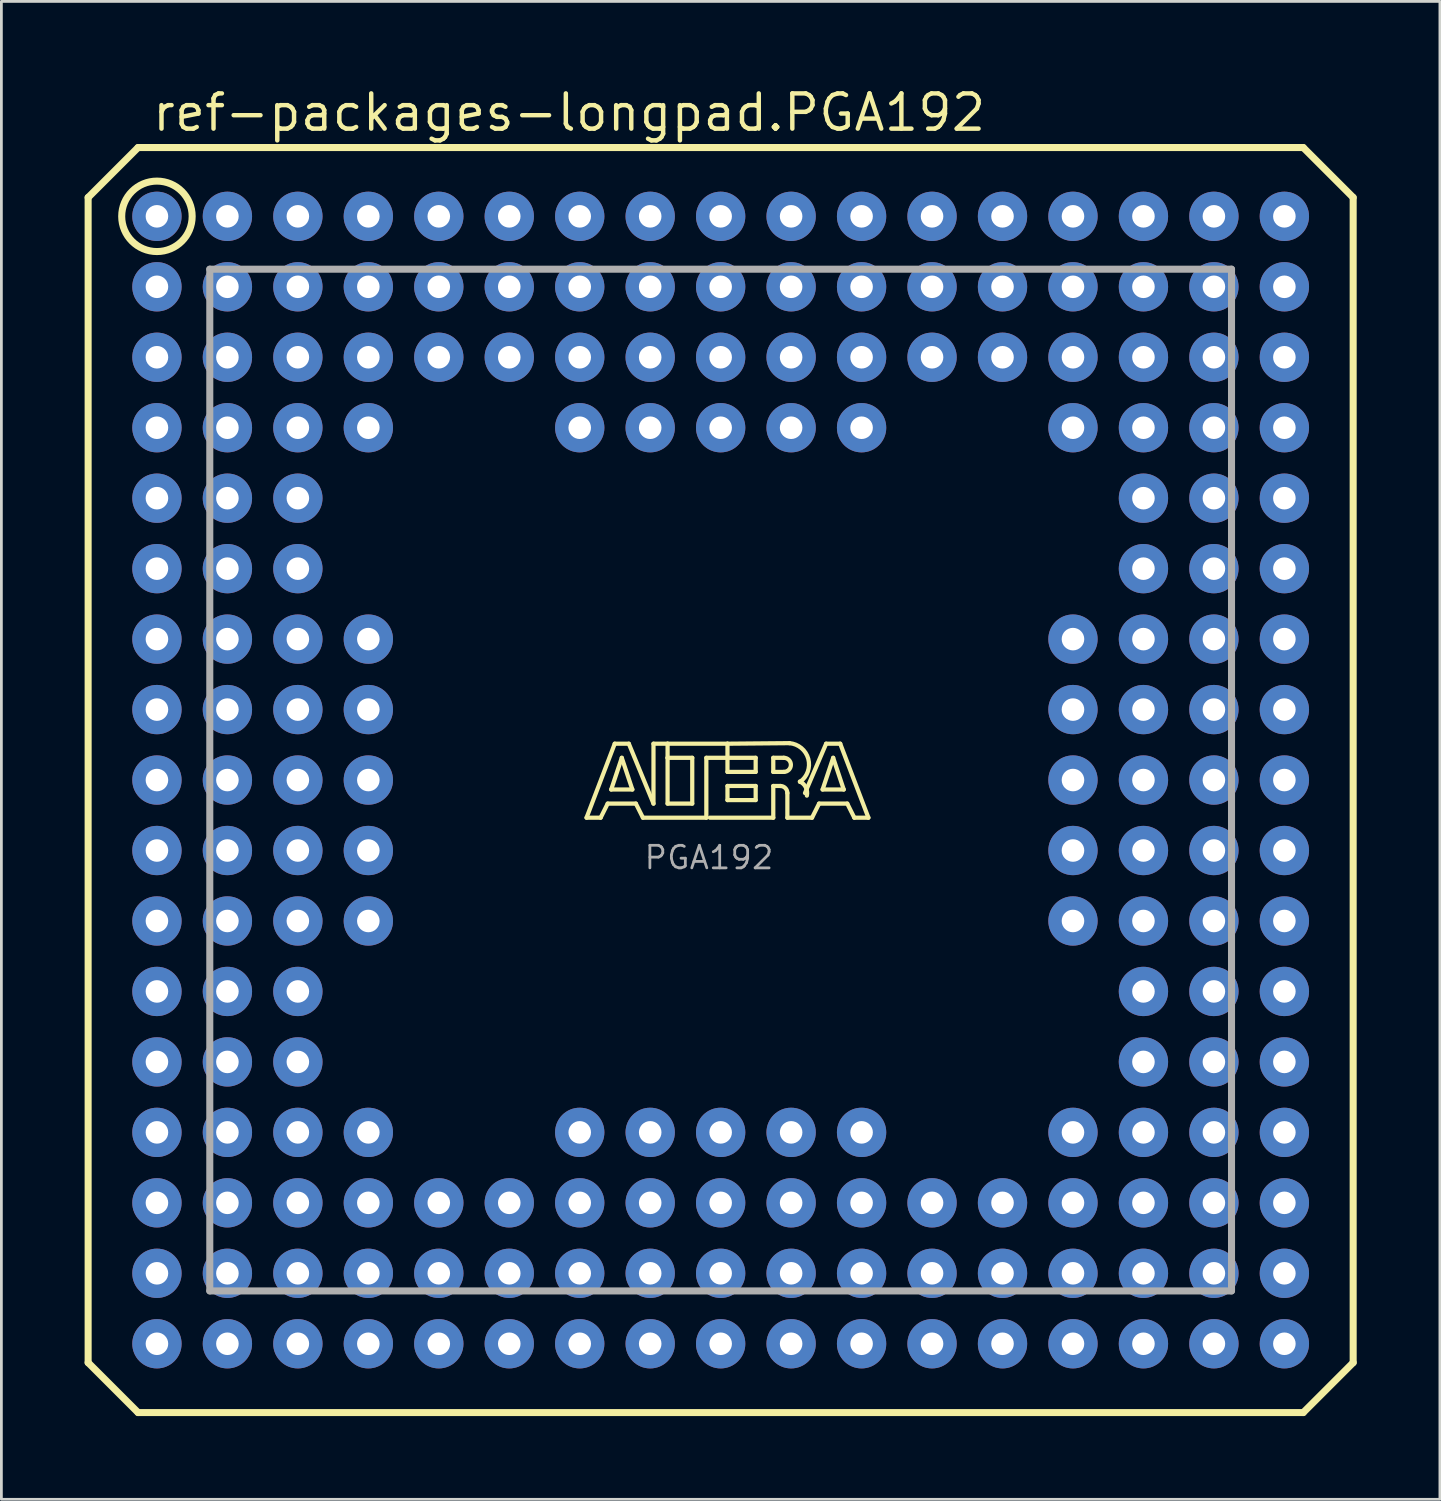
<source format=kicad_pcb>
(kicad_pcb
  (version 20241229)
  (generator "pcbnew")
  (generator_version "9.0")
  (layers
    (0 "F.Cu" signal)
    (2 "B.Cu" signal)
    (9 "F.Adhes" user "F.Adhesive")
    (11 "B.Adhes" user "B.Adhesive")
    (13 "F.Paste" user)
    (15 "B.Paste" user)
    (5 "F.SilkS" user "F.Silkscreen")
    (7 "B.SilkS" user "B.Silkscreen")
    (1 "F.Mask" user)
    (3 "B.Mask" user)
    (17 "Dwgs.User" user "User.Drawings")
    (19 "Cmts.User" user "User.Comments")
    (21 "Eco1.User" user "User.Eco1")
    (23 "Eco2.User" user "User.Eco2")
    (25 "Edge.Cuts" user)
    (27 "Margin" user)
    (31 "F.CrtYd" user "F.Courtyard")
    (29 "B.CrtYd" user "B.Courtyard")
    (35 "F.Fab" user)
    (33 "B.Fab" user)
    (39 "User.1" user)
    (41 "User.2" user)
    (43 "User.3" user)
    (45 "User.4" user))
  (footprint "ref-packages-longpad.PGA192"
    (layer "F.Cu")
    (at 22.927 25.068)
    (property "Reference" "ref-packages-longpad.PGA192" (at -20.563 -23.318 0) (layer "F.SilkS") (effects (font (size 1.27 1.27) (thickness 0.16)) (justify left bottom)))
    (attr through_hole)
    (fp_line (start -22.8 -21) (end -21 -22.8) (stroke (width 0.254) (type default)) (layer "F.SilkS"))
    (fp_line (start -22.8 21) (end -22.8 -21) (stroke (width 0.254) (type default)) (layer "F.SilkS"))
    (fp_line (start -21 -22.8) (end 21 -22.8) (stroke (width 0.254) (type default)) (layer "F.SilkS"))
    (fp_line (start -21 22.8) (end -22.8 21) (stroke (width 0.254) (type default)) (layer "F.SilkS"))
    (fp_line (start -4.834 1.357) (end -3.818 -1.31) (stroke (width 0.152) (type default)) (layer "F.SilkS"))
    (fp_line (start -4.326 1.357) (end -4.834 1.357) (stroke (width 0.152) (type default)) (layer "F.SilkS"))
    (fp_line (start -4.072 0.849) (end -4.326 1.357) (stroke (width 0.152) (type default)) (layer "F.SilkS"))
    (fp_line (start -3.945 0.341) (end -3.183 0.341) (stroke (width 0.152) (type default)) (layer "F.SilkS"))
    (fp_line (start -3.818 -1.31) (end -3.31 -1.31) (stroke (width 0.152) (type default)) (layer "F.SilkS"))
    (fp_line (start -3.564 -0.802) (end -3.945 0.341) (stroke (width 0.152) (type default)) (layer "F.SilkS"))
    (fp_line (start -3.31 -1.31) (end -2.421 0.849) (stroke (width 0.152) (type default)) (layer "F.SilkS"))
    (fp_line (start -3.183 0.341) (end -3.564 -0.802) (stroke (width 0.152) (type default)) (layer "F.SilkS"))
    (fp_line (start -3.056 0.849) (end -4.072 0.849) (stroke (width 0.152) (type default)) (layer "F.SilkS"))
    (fp_line (start -2.802 1.357) (end -3.056 0.849) (stroke (width 0.152) (type default)) (layer "F.SilkS"))
    (fp_line (start -2.421 -1.31) (end -1.913 -1.31) (stroke (width 0.152) (type default)) (layer "F.SilkS"))
    (fp_line (start -2.421 0.849) (end -2.421 -1.31) (stroke (width 0.152) (type default)) (layer "F.SilkS"))
    (fp_line (start -1.913 -1.31) (end -1.913 -0.802) (stroke (width 0.152) (type default)) (layer "F.SilkS"))
    (fp_line (start -1.913 -1.31) (end 0.246 -1.31) (stroke (width 0.152) (type default)) (layer "F.SilkS"))
    (fp_line (start -1.913 -0.802) (end -1.913 0.849) (stroke (width 0.152) (type default)) (layer "F.SilkS"))
    (fp_line (start -1.913 0.849) (end -1.024 0.849) (stroke (width 0.152) (type default)) (layer "F.SilkS"))
    (fp_line (start -1.024 -0.802) (end -1.913 -0.802) (stroke (width 0.152) (type default)) (layer "F.SilkS"))
    (fp_line (start -1.024 0.849) (end -1.024 -0.802) (stroke (width 0.152) (type default)) (layer "F.SilkS"))
    (fp_line (start -0.516 -0.802) (end -0.516 1.357) (stroke (width 0.152) (type default)) (layer "F.SilkS"))
    (fp_line (start -0.516 1.357) (end -2.802 1.357) (stroke (width 0.152) (type default)) (layer "F.SilkS"))
    (fp_line (start 0.246 -1.31) (end 0.246 -0.802) (stroke (width 0.152) (type default)) (layer "F.SilkS"))
    (fp_line (start 0.246 -1.31) (end 2.478 -1.33) (stroke (width 0.152) (type default)) (layer "F.SilkS"))
    (fp_line (start 0.246 -0.802) (end -0.516 -0.802) (stroke (width 0.152) (type default)) (layer "F.SilkS"))
    (fp_line (start 0.246 -0.802) (end 0.246 -0.294) (stroke (width 0.152) (type default)) (layer "F.SilkS"))
    (fp_line (start 0.246 -0.294) (end 1.262 -0.294) (stroke (width 0.152) (type default)) (layer "F.SilkS"))
    (fp_line (start 0.246 0.214) (end 1.262 0.214) (stroke (width 0.152) (type default)) (layer "F.SilkS"))
    (fp_line (start 0.246 0.722) (end 0.246 0.214) (stroke (width 0.152) (type default)) (layer "F.SilkS"))
    (fp_line (start 1.262 -0.802) (end 0.246 -0.802) (stroke (width 0.152) (type default)) (layer "F.SilkS"))
    (fp_line (start 1.262 -0.294) (end 1.262 -0.802) (stroke (width 0.152) (type default)) (layer "F.SilkS"))
    (fp_line (start 1.262 0.214) (end 1.262 0.722) (stroke (width 0.152) (type default)) (layer "F.SilkS"))
    (fp_line (start 1.262 0.722) (end 0.246 0.722) (stroke (width 0.152) (type default)) (layer "F.SilkS"))
    (fp_line (start 1.897 -0.802) (end 1.897 -0.294) (stroke (width 0.152) (type default)) (layer "F.SilkS"))
    (fp_line (start 1.897 -0.294) (end 2.278 -0.294) (stroke (width 0.152) (type default)) (layer "F.SilkS"))
    (fp_line (start 1.897 0.214) (end 1.897 1.357) (stroke (width 0.152) (type default)) (layer "F.SilkS"))
    (fp_line (start 1.897 0.214) (end 2.151 0.214) (stroke (width 0.152) (type default)) (layer "F.SilkS"))
    (fp_line (start 1.897 1.357) (end -0.389 1.357) (stroke (width 0.152) (type default)) (layer "F.SilkS"))
    (fp_line (start 2.278 -0.802) (end 1.897 -0.802) (stroke (width 0.152) (type default)) (layer "F.SilkS"))
    (fp_line (start 2.405 0.468) (end 2.405 1.357) (stroke (width 0.152) (type default)) (layer "F.SilkS"))
    (fp_line (start 2.405 1.357) (end 3.294 1.357) (stroke (width 0.152) (type default)) (layer "F.SilkS"))
    (fp_line (start 3.294 1.357) (end 3.548 0.849) (stroke (width 0.152) (type default)) (layer "F.SilkS"))
    (fp_line (start 3.548 0.849) (end 4.564 0.849) (stroke (width 0.152) (type default)) (layer "F.SilkS"))
    (fp_line (start 3.675 0.341) (end 4.056 -0.802) (stroke (width 0.152) (type default)) (layer "F.SilkS"))
    (fp_line (start 3.802 -1.31) (end 3.04 0.468) (stroke (width 0.152) (type default)) (layer "F.SilkS"))
    (fp_line (start 4.056 -0.802) (end 4.437 0.341) (stroke (width 0.152) (type default)) (layer "F.SilkS"))
    (fp_line (start 4.31 -1.31) (end 3.802 -1.31) (stroke (width 0.152) (type default)) (layer "F.SilkS"))
    (fp_line (start 4.437 0.341) (end 3.675 0.341) (stroke (width 0.152) (type default)) (layer "F.SilkS"))
    (fp_line (start 4.564 0.849) (end 4.818 1.357) (stroke (width 0.152) (type default)) (layer "F.SilkS"))
    (fp_line (start 4.818 1.357) (end 5.326 1.357) (stroke (width 0.152) (type default)) (layer "F.SilkS"))
    (fp_line (start 5.326 1.357) (end 4.31 -1.31) (stroke (width 0.152) (type default)) (layer "F.SilkS"))
    (fp_line (start 21 -22.8) (end 22.8 -21) (stroke (width 0.254) (type default)) (layer "F.SilkS"))
    (fp_line (start 21 22.8) (end -21 22.8) (stroke (width 0.254) (type default)) (layer "F.SilkS"))
    (fp_line (start 22.8 -21) (end 22.8 21) (stroke (width 0.254) (type default)) (layer "F.SilkS"))
    (fp_line (start 22.8 21) (end 21 22.8) (stroke (width 0.254) (type default)) (layer "F.SilkS"))
    (fp_arc (start 2.151 0.214) (mid 2.330605 0.288395) (end 2.405 0.468) (stroke (width 0.1524) (type default)) (layer "F.SilkS"))
    (fp_arc (start 2.278 -0.802) (mid 2.532 -0.548) (end 2.278 -0.294) (stroke (width 0.1524) (type default)) (layer "F.SilkS"))
    (fp_arc (start 2.4785 -1.33) (mid 3.158453 -0.76477) (end 2.8596 0.0674) (stroke (width 0.1524) (type default)) (layer "F.SilkS"))
    (fp_arc (start 2.8543 0.0531) (mid 3.070281 0.262587) (end 3.108 0.5611) (stroke (width 0.1524) (type default)) (layer "F.SilkS"))
    (fp_circle (center -20.32 -20.32) (end -19.05 -20.32) (stroke (width 0.254) (type default)) (fill no) (layer "F.SilkS"))
    (fp_line (start -18.415 -18.415) (end -18.415 18.415) (stroke (width 0.254) (type default)) (layer "F.Fab"))
    (fp_line (start -18.415 18.415) (end 18.415 18.415) (stroke (width 0.254) (type default)) (layer "F.Fab"))
    (fp_line (start 18.415 -18.415) (end -18.415 -18.415) (stroke (width 0.254) (type default)) (layer "F.Fab"))
    (fp_line (start 18.415 18.415) (end 18.415 -18.415) (stroke (width 0.254) (type default)) (layer "F.Fab"))
    (fp_text user "PGA192" (at -2.81 3.27 0) (layer "F.Fab") (effects (font (size 0.813 0.813) (thickness 0.1)) (justify left bottom)))
    (pad "A1" thru_hole circle (at -20.32 -20.32) (size 1.778 1.778) (drill 0.813) (layers "*.Cu" "*.Mask"))
    (pad "A2" thru_hole circle (at -17.78 -20.32) (size 1.778 1.778) (drill 0.813) (layers "*.Cu" "*.Mask"))
    (pad "A3" thru_hole circle (at -15.24 -20.32) (size 1.778 1.778) (drill 0.813) (layers "*.Cu" "*.Mask"))
    (pad "A4" thru_hole circle (at -12.7 -20.32) (size 1.778 1.778) (drill 0.813) (layers "*.Cu" "*.Mask"))
    (pad "A5" thru_hole circle (at -10.16 -20.32) (size 1.778 1.778) (drill 0.813) (layers "*.Cu" "*.Mask"))
    (pad "A6" thru_hole circle (at -7.62 -20.32) (size 1.778 1.778) (drill 0.813) (layers "*.Cu" "*.Mask"))
    (pad "A7" thru_hole circle (at -5.08 -20.32) (size 1.778 1.778) (drill 0.813) (layers "*.Cu" "*.Mask"))
    (pad "A8" thru_hole circle (at -2.54 -20.32) (size 1.778 1.778) (drill 0.813) (layers "*.Cu" "*.Mask"))
    (pad "A9" thru_hole circle (at 0 -20.32) (size 1.778 1.778) (drill 0.813) (layers "*.Cu" "*.Mask"))
    (pad "A10" thru_hole circle (at 2.54 -20.32) (size 1.778 1.778) (drill 0.813) (layers "*.Cu" "*.Mask"))
    (pad "A11" thru_hole circle (at 5.08 -20.32) (size 1.778 1.778) (drill 0.813) (layers "*.Cu" "*.Mask"))
    (pad "A12" thru_hole circle (at 7.62 -20.32) (size 1.778 1.778) (drill 0.813) (layers "*.Cu" "*.Mask"))
    (pad "A13" thru_hole circle (at 10.16 -20.32) (size 1.778 1.778) (drill 0.813) (layers "*.Cu" "*.Mask"))
    (pad "A14" thru_hole circle (at 12.7 -20.32) (size 1.778 1.778) (drill 0.813) (layers "*.Cu" "*.Mask"))
    (pad "A15" thru_hole circle (at 15.24 -20.32) (size 1.778 1.778) (drill 0.813) (layers "*.Cu" "*.Mask"))
    (pad "A16" thru_hole circle (at 17.78 -20.32) (size 1.778 1.778) (drill 0.813) (layers "*.Cu" "*.Mask"))
    (pad "A17" thru_hole circle (at 20.32 -20.32) (size 1.778 1.778) (drill 0.813) (layers "*.Cu" "*.Mask"))
    (pad "B1" thru_hole circle (at -20.32 -17.78) (size 1.778 1.778) (drill 0.813) (layers "*.Cu" "*.Mask"))
    (pad "B2" thru_hole circle (at -17.78 -17.78) (size 1.778 1.778) (drill 0.813) (layers "*.Cu" "*.Mask"))
    (pad "B3" thru_hole circle (at -15.24 -17.78) (size 1.778 1.778) (drill 0.813) (layers "*.Cu" "*.Mask"))
    (pad "B4" thru_hole circle (at -12.7 -17.78) (size 1.778 1.778) (drill 0.813) (layers "*.Cu" "*.Mask"))
    (pad "B5" thru_hole circle (at -10.16 -17.78) (size 1.778 1.778) (drill 0.813) (layers "*.Cu" "*.Mask"))
    (pad "B6" thru_hole circle (at -7.62 -17.78) (size 1.778 1.778) (drill 0.813) (layers "*.Cu" "*.Mask"))
    (pad "B7" thru_hole circle (at -5.08 -17.78) (size 1.778 1.778) (drill 0.813) (layers "*.Cu" "*.Mask"))
    (pad "B8" thru_hole circle (at -2.54 -17.78) (size 1.778 1.778) (drill 0.813) (layers "*.Cu" "*.Mask"))
    (pad "B9" thru_hole circle (at 0 -17.78) (size 1.778 1.778) (drill 0.813) (layers "*.Cu" "*.Mask"))
    (pad "B10" thru_hole circle (at 2.54 -17.78) (size 1.778 1.778) (drill 0.813) (layers "*.Cu" "*.Mask"))
    (pad "B11" thru_hole circle (at 5.08 -17.78) (size 1.778 1.778) (drill 0.813) (layers "*.Cu" "*.Mask"))
    (pad "B12" thru_hole circle (at 7.62 -17.78) (size 1.778 1.778) (drill 0.813) (layers "*.Cu" "*.Mask"))
    (pad "B13" thru_hole circle (at 10.16 -17.78) (size 1.778 1.778) (drill 0.813) (layers "*.Cu" "*.Mask"))
    (pad "B14" thru_hole circle (at 12.7 -17.78) (size 1.778 1.778) (drill 0.813) (layers "*.Cu" "*.Mask"))
    (pad "B15" thru_hole circle (at 15.24 -17.78) (size 1.778 1.778) (drill 0.813) (layers "*.Cu" "*.Mask"))
    (pad "B16" thru_hole circle (at 17.78 -17.78) (size 1.778 1.778) (drill 0.813) (layers "*.Cu" "*.Mask"))
    (pad "B17" thru_hole circle (at 20.32 -17.78) (size 1.778 1.778) (drill 0.813) (layers "*.Cu" "*.Mask"))
    (pad "C1" thru_hole circle (at -20.32 -15.24) (size 1.778 1.778) (drill 0.813) (layers "*.Cu" "*.Mask"))
    (pad "C2" thru_hole circle (at -17.78 -15.24) (size 1.778 1.778) (drill 0.813) (layers "*.Cu" "*.Mask"))
    (pad "C3" thru_hole circle (at -15.24 -15.24) (size 1.778 1.778) (drill 0.813) (layers "*.Cu" "*.Mask"))
    (pad "C4" thru_hole circle (at -12.7 -15.24) (size 1.778 1.778) (drill 0.813) (layers "*.Cu" "*.Mask"))
    (pad "C5" thru_hole circle (at -10.16 -15.24) (size 1.778 1.778) (drill 0.813) (layers "*.Cu" "*.Mask"))
    (pad "C6" thru_hole circle (at -7.62 -15.24) (size 1.778 1.778) (drill 0.813) (layers "*.Cu" "*.Mask"))
    (pad "C7" thru_hole circle (at -5.08 -15.24) (size 1.778 1.778) (drill 0.813) (layers "*.Cu" "*.Mask"))
    (pad "C8" thru_hole circle (at -2.54 -15.24) (size 1.778 1.778) (drill 0.813) (layers "*.Cu" "*.Mask"))
    (pad "C9" thru_hole circle (at 0 -15.24) (size 1.778 1.778) (drill 0.813) (layers "*.Cu" "*.Mask"))
    (pad "C10" thru_hole circle (at 2.54 -15.24) (size 1.778 1.778) (drill 0.813) (layers "*.Cu" "*.Mask"))
    (pad "C11" thru_hole circle (at 5.08 -15.24) (size 1.778 1.778) (drill 0.813) (layers "*.Cu" "*.Mask"))
    (pad "C12" thru_hole circle (at 7.62 -15.24) (size 1.778 1.778) (drill 0.813) (layers "*.Cu" "*.Mask"))
    (pad "C13" thru_hole circle (at 10.16 -15.24) (size 1.778 1.778) (drill 0.813) (layers "*.Cu" "*.Mask"))
    (pad "C14" thru_hole circle (at 12.7 -15.24) (size 1.778 1.778) (drill 0.813) (layers "*.Cu" "*.Mask"))
    (pad "C15" thru_hole circle (at 15.24 -15.24) (size 1.778 1.778) (drill 0.813) (layers "*.Cu" "*.Mask"))
    (pad "C16" thru_hole circle (at 17.78 -15.24) (size 1.778 1.778) (drill 0.813) (layers "*.Cu" "*.Mask"))
    (pad "C17" thru_hole circle (at 20.32 -15.24) (size 1.778 1.778) (drill 0.813) (layers "*.Cu" "*.Mask"))
    (pad "D1" thru_hole circle (at -20.32 -12.7) (size 1.778 1.778) (drill 0.813) (layers "*.Cu" "*.Mask"))
    (pad "D2" thru_hole circle (at -17.78 -12.7) (size 1.778 1.778) (drill 0.813) (layers "*.Cu" "*.Mask"))
    (pad "D3" thru_hole circle (at -15.24 -12.7) (size 1.778 1.778) (drill 0.813) (layers "*.Cu" "*.Mask"))
    (pad "D4" thru_hole circle (at -12.7 -12.7) (size 1.778 1.778) (drill 0.813) (layers "*.Cu" "*.Mask"))
    (pad "D7" thru_hole circle (at -5.08 -12.7) (size 1.778 1.778) (drill 0.813) (layers "*.Cu" "*.Mask"))
    (pad "D8" thru_hole circle (at -2.54 -12.7) (size 1.778 1.778) (drill 0.813) (layers "*.Cu" "*.Mask"))
    (pad "D9" thru_hole circle (at 0 -12.7) (size 1.778 1.778) (drill 0.813) (layers "*.Cu" "*.Mask"))
    (pad "D10" thru_hole circle (at 2.54 -12.7) (size 1.778 1.778) (drill 0.813) (layers "*.Cu" "*.Mask"))
    (pad "D11" thru_hole circle (at 5.08 -12.7) (size 1.778 1.778) (drill 0.813) (layers "*.Cu" "*.Mask"))
    (pad "D14" thru_hole circle (at 12.7 -12.7) (size 1.778 1.778) (drill 0.813) (layers "*.Cu" "*.Mask"))
    (pad "D15" thru_hole circle (at 15.24 -12.7) (size 1.778 1.778) (drill 0.813) (layers "*.Cu" "*.Mask"))
    (pad "D16" thru_hole circle (at 17.78 -12.7) (size 1.778 1.778) (drill 0.813) (layers "*.Cu" "*.Mask"))
    (pad "D17" thru_hole circle (at 20.32 -12.7) (size 1.778 1.778) (drill 0.813) (layers "*.Cu" "*.Mask"))
    (pad "E1" thru_hole circle (at -20.32 -10.16) (size 1.778 1.778) (drill 0.813) (layers "*.Cu" "*.Mask"))
    (pad "E2" thru_hole circle (at -17.78 -10.16) (size 1.778 1.778) (drill 0.813) (layers "*.Cu" "*.Mask"))
    (pad "E3" thru_hole circle (at -15.24 -10.16) (size 1.778 1.778) (drill 0.813) (layers "*.Cu" "*.Mask"))
    (pad "E15" thru_hole circle (at 15.24 -10.16) (size 1.778 1.778) (drill 0.813) (layers "*.Cu" "*.Mask"))
    (pad "E16" thru_hole circle (at 17.78 -10.16) (size 1.778 1.778) (drill 0.813) (layers "*.Cu" "*.Mask"))
    (pad "E17" thru_hole circle (at 20.32 -10.16) (size 1.778 1.778) (drill 0.813) (layers "*.Cu" "*.Mask"))
    (pad "F1" thru_hole circle (at -20.32 -7.62) (size 1.778 1.778) (drill 0.813) (layers "*.Cu" "*.Mask"))
    (pad "F2" thru_hole circle (at -17.78 -7.62) (size 1.778 1.778) (drill 0.813) (layers "*.Cu" "*.Mask"))
    (pad "F3" thru_hole circle (at -15.24 -7.62) (size 1.778 1.778) (drill 0.813) (layers "*.Cu" "*.Mask"))
    (pad "F15" thru_hole circle (at 15.24 -7.62) (size 1.778 1.778) (drill 0.813) (layers "*.Cu" "*.Mask"))
    (pad "F16" thru_hole circle (at 17.78 -7.62) (size 1.778 1.778) (drill 0.813) (layers "*.Cu" "*.Mask"))
    (pad "F17" thru_hole circle (at 20.32 -7.62) (size 1.778 1.778) (drill 0.813) (layers "*.Cu" "*.Mask"))
    (pad "G1" thru_hole circle (at -20.32 -5.08) (size 1.778 1.778) (drill 0.813) (layers "*.Cu" "*.Mask"))
    (pad "G2" thru_hole circle (at -17.78 -5.08) (size 1.778 1.778) (drill 0.813) (layers "*.Cu" "*.Mask"))
    (pad "G3" thru_hole circle (at -15.24 -5.08) (size 1.778 1.778) (drill 0.813) (layers "*.Cu" "*.Mask"))
    (pad "G4" thru_hole circle (at -12.7 -5.08) (size 1.778 1.778) (drill 0.813) (layers "*.Cu" "*.Mask"))
    (pad "G14" thru_hole circle (at 12.7 -5.08) (size 1.778 1.778) (drill 0.813) (layers "*.Cu" "*.Mask"))
    (pad "G15" thru_hole circle (at 15.24 -5.08) (size 1.778 1.778) (drill 0.813) (layers "*.Cu" "*.Mask"))
    (pad "G16" thru_hole circle (at 17.78 -5.08) (size 1.778 1.778) (drill 0.813) (layers "*.Cu" "*.Mask"))
    (pad "G17" thru_hole circle (at 20.32 -5.08) (size 1.778 1.778) (drill 0.813) (layers "*.Cu" "*.Mask"))
    (pad "H1" thru_hole circle (at -20.32 -2.54) (size 1.778 1.778) (drill 0.813) (layers "*.Cu" "*.Mask"))
    (pad "H2" thru_hole circle (at -17.78 -2.54) (size 1.778 1.778) (drill 0.813) (layers "*.Cu" "*.Mask"))
    (pad "H3" thru_hole circle (at -15.24 -2.54) (size 1.778 1.778) (drill 0.813) (layers "*.Cu" "*.Mask"))
    (pad "H4" thru_hole circle (at -12.7 -2.54) (size 1.778 1.778) (drill 0.813) (layers "*.Cu" "*.Mask"))
    (pad "H14" thru_hole circle (at 12.7 -2.54) (size 1.778 1.778) (drill 0.813) (layers "*.Cu" "*.Mask"))
    (pad "H15" thru_hole circle (at 15.24 -2.54) (size 1.778 1.778) (drill 0.813) (layers "*.Cu" "*.Mask"))
    (pad "H16" thru_hole circle (at 17.78 -2.54) (size 1.778 1.778) (drill 0.813) (layers "*.Cu" "*.Mask"))
    (pad "H17" thru_hole circle (at 20.32 -2.54) (size 1.778 1.778) (drill 0.813) (layers "*.Cu" "*.Mask"))
    (pad "J1" thru_hole circle (at -20.32 0) (size 1.778 1.778) (drill 0.813) (layers "*.Cu" "*.Mask"))
    (pad "J2" thru_hole circle (at -17.78 0) (size 1.778 1.778) (drill 0.813) (layers "*.Cu" "*.Mask"))
    (pad "J3" thru_hole circle (at -15.24 0) (size 1.778 1.778) (drill 0.813) (layers "*.Cu" "*.Mask"))
    (pad "J4" thru_hole circle (at -12.7 0) (size 1.778 1.778) (drill 0.813) (layers "*.Cu" "*.Mask"))
    (pad "J14" thru_hole circle (at 12.7 0) (size 1.778 1.778) (drill 0.813) (layers "*.Cu" "*.Mask"))
    (pad "J15" thru_hole circle (at 15.24 0) (size 1.778 1.778) (drill 0.813) (layers "*.Cu" "*.Mask"))
    (pad "J16" thru_hole circle (at 17.78 0) (size 1.778 1.778) (drill 0.813) (layers "*.Cu" "*.Mask"))
    (pad "J17" thru_hole circle (at 20.32 0) (size 1.778 1.778) (drill 0.813) (layers "*.Cu" "*.Mask"))
    (pad "K1" thru_hole circle (at -20.32 2.54) (size 1.778 1.778) (drill 0.813) (layers "*.Cu" "*.Mask"))
    (pad "K2" thru_hole circle (at -17.78 2.54) (size 1.778 1.778) (drill 0.813) (layers "*.Cu" "*.Mask"))
    (pad "K3" thru_hole circle (at -15.24 2.54) (size 1.778 1.778) (drill 0.813) (layers "*.Cu" "*.Mask"))
    (pad "K4" thru_hole circle (at -12.7 2.54) (size 1.778 1.778) (drill 0.813) (layers "*.Cu" "*.Mask"))
    (pad "K14" thru_hole circle (at 12.7 2.54) (size 1.778 1.778) (drill 0.813) (layers "*.Cu" "*.Mask"))
    (pad "K15" thru_hole circle (at 15.24 2.54) (size 1.778 1.778) (drill 0.813) (layers "*.Cu" "*.Mask"))
    (pad "K16" thru_hole circle (at 17.78 2.54) (size 1.778 1.778) (drill 0.813) (layers "*.Cu" "*.Mask"))
    (pad "K17" thru_hole circle (at 20.32 2.54) (size 1.778 1.778) (drill 0.813) (layers "*.Cu" "*.Mask"))
    (pad "L1" thru_hole circle (at -20.32 5.08) (size 1.778 1.778) (drill 0.813) (layers "*.Cu" "*.Mask"))
    (pad "L2" thru_hole circle (at -17.78 5.08) (size 1.778 1.778) (drill 0.813) (layers "*.Cu" "*.Mask"))
    (pad "L3" thru_hole circle (at -15.24 5.08) (size 1.778 1.778) (drill 0.813) (layers "*.Cu" "*.Mask"))
    (pad "L4" thru_hole circle (at -12.7 5.08) (size 1.778 1.778) (drill 0.813) (layers "*.Cu" "*.Mask"))
    (pad "L14" thru_hole circle (at 12.7 5.08) (size 1.778 1.778) (drill 0.813) (layers "*.Cu" "*.Mask"))
    (pad "L15" thru_hole circle (at 15.24 5.08) (size 1.778 1.778) (drill 0.813) (layers "*.Cu" "*.Mask"))
    (pad "L16" thru_hole circle (at 17.78 5.08) (size 1.778 1.778) (drill 0.813) (layers "*.Cu" "*.Mask"))
    (pad "L17" thru_hole circle (at 20.32 5.08) (size 1.778 1.778) (drill 0.813) (layers "*.Cu" "*.Mask"))
    (pad "M1" thru_hole circle (at -20.32 7.62) (size 1.778 1.778) (drill 0.813) (layers "*.Cu" "*.Mask"))
    (pad "M2" thru_hole circle (at -17.78 7.62) (size 1.778 1.778) (drill 0.813) (layers "*.Cu" "*.Mask"))
    (pad "M3" thru_hole circle (at -15.24 7.62) (size 1.778 1.778) (drill 0.813) (layers "*.Cu" "*.Mask"))
    (pad "M15" thru_hole circle (at 15.24 7.62) (size 1.778 1.778) (drill 0.813) (layers "*.Cu" "*.Mask"))
    (pad "M16" thru_hole circle (at 17.78 7.62) (size 1.778 1.778) (drill 0.813) (layers "*.Cu" "*.Mask"))
    (pad "M17" thru_hole circle (at 20.32 7.62) (size 1.778 1.778) (drill 0.813) (layers "*.Cu" "*.Mask"))
    (pad "N1" thru_hole circle (at -20.32 10.16) (size 1.778 1.778) (drill 0.813) (layers "*.Cu" "*.Mask"))
    (pad "N2" thru_hole circle (at -17.78 10.16) (size 1.778 1.778) (drill 0.813) (layers "*.Cu" "*.Mask"))
    (pad "N3" thru_hole circle (at -15.24 10.16) (size 1.778 1.778) (drill 0.813) (layers "*.Cu" "*.Mask"))
    (pad "N15" thru_hole circle (at 15.24 10.16) (size 1.778 1.778) (drill 0.813) (layers "*.Cu" "*.Mask"))
    (pad "N16" thru_hole circle (at 17.78 10.16) (size 1.778 1.778) (drill 0.813) (layers "*.Cu" "*.Mask"))
    (pad "N17" thru_hole circle (at 20.32 10.16) (size 1.778 1.778) (drill 0.813) (layers "*.Cu" "*.Mask"))
    (pad "P1" thru_hole circle (at -20.32 12.7) (size 1.778 1.778) (drill 0.813) (layers "*.Cu" "*.Mask"))
    (pad "P2" thru_hole circle (at -17.78 12.7) (size 1.778 1.778) (drill 0.813) (layers "*.Cu" "*.Mask"))
    (pad "P3" thru_hole circle (at -15.24 12.7) (size 1.778 1.778) (drill 0.813) (layers "*.Cu" "*.Mask"))
    (pad "P4" thru_hole circle (at -12.7 12.7) (size 1.778 1.778) (drill 0.813) (layers "*.Cu" "*.Mask"))
    (pad "P7" thru_hole circle (at -5.08 12.7) (size 1.778 1.778) (drill 0.813) (layers "*.Cu" "*.Mask"))
    (pad "P8" thru_hole circle (at -2.54 12.7) (size 1.778 1.778) (drill 0.813) (layers "*.Cu" "*.Mask"))
    (pad "P9" thru_hole circle (at 0 12.7) (size 1.778 1.778) (drill 0.813) (layers "*.Cu" "*.Mask"))
    (pad "P10" thru_hole circle (at 2.54 12.7) (size 1.778 1.778) (drill 0.813) (layers "*.Cu" "*.Mask"))
    (pad "P11" thru_hole circle (at 5.08 12.7) (size 1.778 1.778) (drill 0.813) (layers "*.Cu" "*.Mask"))
    (pad "P14" thru_hole circle (at 12.7 12.7) (size 1.778 1.778) (drill 0.813) (layers "*.Cu" "*.Mask"))
    (pad "P15" thru_hole circle (at 15.24 12.7) (size 1.778 1.778) (drill 0.813) (layers "*.Cu" "*.Mask"))
    (pad "P16" thru_hole circle (at 17.78 12.7) (size 1.778 1.778) (drill 0.813) (layers "*.Cu" "*.Mask"))
    (pad "P17" thru_hole circle (at 20.32 12.7) (size 1.778 1.778) (drill 0.813) (layers "*.Cu" "*.Mask"))
    (pad "R1" thru_hole circle (at -20.32 15.24) (size 1.778 1.778) (drill 0.813) (layers "*.Cu" "*.Mask"))
    (pad "R2" thru_hole circle (at -17.78 15.24) (size 1.778 1.778) (drill 0.813) (layers "*.Cu" "*.Mask"))
    (pad "R3" thru_hole circle (at -15.24 15.24) (size 1.778 1.778) (drill 0.813) (layers "*.Cu" "*.Mask"))
    (pad "R4" thru_hole circle (at -12.7 15.24) (size 1.778 1.778) (drill 0.813) (layers "*.Cu" "*.Mask"))
    (pad "R5" thru_hole circle (at -10.16 15.24) (size 1.778 1.778) (drill 0.813) (layers "*.Cu" "*.Mask"))
    (pad "R6" thru_hole circle (at -7.62 15.24) (size 1.778 1.778) (drill 0.813) (layers "*.Cu" "*.Mask"))
    (pad "R7" thru_hole circle (at -5.08 15.24) (size 1.778 1.778) (drill 0.813) (layers "*.Cu" "*.Mask"))
    (pad "R8" thru_hole circle (at -2.54 15.24) (size 1.778 1.778) (drill 0.813) (layers "*.Cu" "*.Mask"))
    (pad "R9" thru_hole circle (at 0 15.24) (size 1.778 1.778) (drill 0.813) (layers "*.Cu" "*.Mask"))
    (pad "R10" thru_hole circle (at 2.54 15.24) (size 1.778 1.778) (drill 0.813) (layers "*.Cu" "*.Mask"))
    (pad "R11" thru_hole circle (at 5.08 15.24) (size 1.778 1.778) (drill 0.813) (layers "*.Cu" "*.Mask"))
    (pad "R12" thru_hole circle (at 7.62 15.24) (size 1.778 1.778) (drill 0.813) (layers "*.Cu" "*.Mask"))
    (pad "R13" thru_hole circle (at 10.16 15.24) (size 1.778 1.778) (drill 0.813) (layers "*.Cu" "*.Mask"))
    (pad "R14" thru_hole circle (at 12.7 15.24) (size 1.778 1.778) (drill 0.813) (layers "*.Cu" "*.Mask"))
    (pad "R15" thru_hole circle (at 15.24 15.24) (size 1.778 1.778) (drill 0.813) (layers "*.Cu" "*.Mask"))
    (pad "R16" thru_hole circle (at 17.78 15.24) (size 1.778 1.778) (drill 0.813) (layers "*.Cu" "*.Mask"))
    (pad "R17" thru_hole circle (at 20.32 15.24) (size 1.778 1.778) (drill 0.813) (layers "*.Cu" "*.Mask"))
    (pad "T1" thru_hole circle (at -20.32 17.78) (size 1.778 1.778) (drill 0.813) (layers "*.Cu" "*.Mask"))
    (pad "T2" thru_hole circle (at -17.78 17.78) (size 1.778 1.778) (drill 0.813) (layers "*.Cu" "*.Mask"))
    (pad "T3" thru_hole circle (at -15.24 17.78) (size 1.778 1.778) (drill 0.813) (layers "*.Cu" "*.Mask"))
    (pad "T4" thru_hole circle (at -12.7 17.78) (size 1.778 1.778) (drill 0.813) (layers "*.Cu" "*.Mask"))
    (pad "T5" thru_hole circle (at -10.16 17.78) (size 1.778 1.778) (drill 0.813) (layers "*.Cu" "*.Mask"))
    (pad "T6" thru_hole circle (at -7.62 17.78) (size 1.778 1.778) (drill 0.813) (layers "*.Cu" "*.Mask"))
    (pad "T7" thru_hole circle (at -5.08 17.78) (size 1.778 1.778) (drill 0.813) (layers "*.Cu" "*.Mask"))
    (pad "T8" thru_hole circle (at -2.54 17.78) (size 1.778 1.778) (drill 0.813) (layers "*.Cu" "*.Mask"))
    (pad "T9" thru_hole circle (at 0 17.78) (size 1.778 1.778) (drill 0.813) (layers "*.Cu" "*.Mask"))
    (pad "T10" thru_hole circle (at 2.54 17.78) (size 1.778 1.778) (drill 0.813) (layers "*.Cu" "*.Mask"))
    (pad "T11" thru_hole circle (at 5.08 17.78) (size 1.778 1.778) (drill 0.813) (layers "*.Cu" "*.Mask"))
    (pad "T12" thru_hole circle (at 7.62 17.78) (size 1.778 1.778) (drill 0.813) (layers "*.Cu" "*.Mask"))
    (pad "T13" thru_hole circle (at 10.16 17.78) (size 1.778 1.778) (drill 0.813) (layers "*.Cu" "*.Mask"))
    (pad "T14" thru_hole circle (at 12.7 17.78) (size 1.778 1.778) (drill 0.813) (layers "*.Cu" "*.Mask"))
    (pad "T15" thru_hole circle (at 15.24 17.78) (size 1.778 1.778) (drill 0.813) (layers "*.Cu" "*.Mask"))
    (pad "T16" thru_hole circle (at 17.78 17.78) (size 1.778 1.778) (drill 0.813) (layers "*.Cu" "*.Mask"))
    (pad "T17" thru_hole circle (at 20.32 17.78) (size 1.778 1.778) (drill 0.813) (layers "*.Cu" "*.Mask"))
    (pad "U1" thru_hole circle (at -20.32 20.32) (size 1.778 1.778) (drill 0.813) (layers "*.Cu" "*.Mask"))
    (pad "U2" thru_hole circle (at -17.78 20.32) (size 1.778 1.778) (drill 0.813) (layers "*.Cu" "*.Mask"))
    (pad "U3" thru_hole circle (at -15.24 20.32) (size 1.778 1.778) (drill 0.813) (layers "*.Cu" "*.Mask"))
    (pad "U4" thru_hole circle (at -12.7 20.32) (size 1.778 1.778) (drill 0.813) (layers "*.Cu" "*.Mask"))
    (pad "U5" thru_hole circle (at -10.16 20.32) (size 1.778 1.778) (drill 0.813) (layers "*.Cu" "*.Mask"))
    (pad "U6" thru_hole circle (at -7.62 20.32) (size 1.778 1.778) (drill 0.813) (layers "*.Cu" "*.Mask"))
    (pad "U7" thru_hole circle (at -5.08 20.32) (size 1.778 1.778) (drill 0.813) (layers "*.Cu" "*.Mask"))
    (pad "U8" thru_hole circle (at -2.54 20.32) (size 1.778 1.778) (drill 0.813) (layers "*.Cu" "*.Mask"))
    (pad "U9" thru_hole circle (at 0 20.32) (size 1.778 1.778) (drill 0.813) (layers "*.Cu" "*.Mask"))
    (pad "U10" thru_hole circle (at 2.54 20.32) (size 1.778 1.778) (drill 0.813) (layers "*.Cu" "*.Mask"))
    (pad "U11" thru_hole circle (at 5.08 20.32) (size 1.778 1.778) (drill 0.813) (layers "*.Cu" "*.Mask"))
    (pad "U12" thru_hole circle (at 7.62 20.32) (size 1.778 1.778) (drill 0.813) (layers "*.Cu" "*.Mask"))
    (pad "U13" thru_hole circle (at 10.16 20.32) (size 1.778 1.778) (drill 0.813) (layers "*.Cu" "*.Mask"))
    (pad "U14" thru_hole circle (at 12.7 20.32) (size 1.778 1.778) (drill 0.813) (layers "*.Cu" "*.Mask"))
    (pad "U15" thru_hole circle (at 15.24 20.32) (size 1.778 1.778) (drill 0.813) (layers "*.Cu" "*.Mask"))
    (pad "U16" thru_hole circle (at 17.78 20.32) (size 1.778 1.778) (drill 0.813) (layers "*.Cu" "*.Mask"))
    (pad "U17" thru_hole circle (at 20.32 20.32) (size 1.778 1.778) (drill 0.813) (layers "*.Cu" "*.Mask")))
  (gr_rect
    (start -3 -3)
    (end 48.854 50.995)
    (stroke (width 0.1) (type default))
    (fill no)
    (layer "Edge.Cuts")))
</source>
